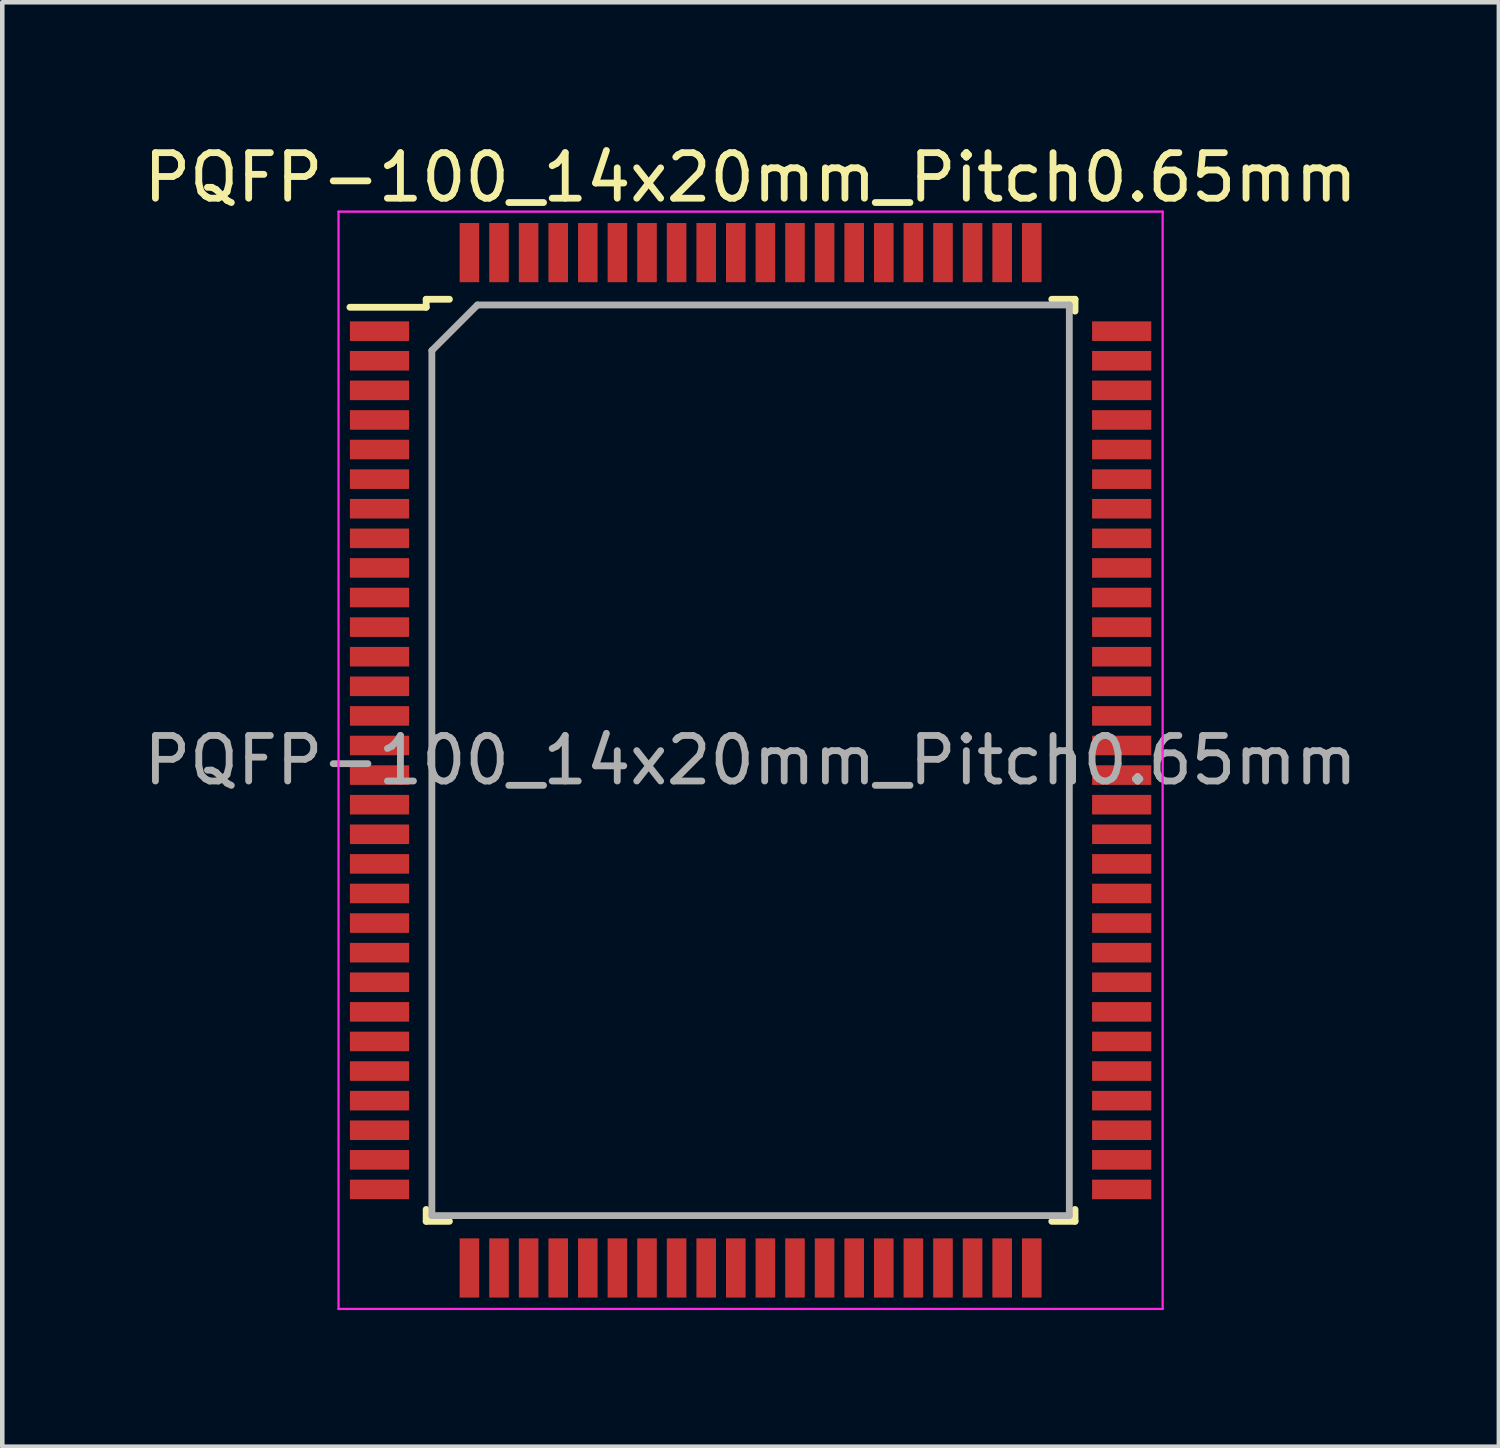
<source format=kicad_pcb>
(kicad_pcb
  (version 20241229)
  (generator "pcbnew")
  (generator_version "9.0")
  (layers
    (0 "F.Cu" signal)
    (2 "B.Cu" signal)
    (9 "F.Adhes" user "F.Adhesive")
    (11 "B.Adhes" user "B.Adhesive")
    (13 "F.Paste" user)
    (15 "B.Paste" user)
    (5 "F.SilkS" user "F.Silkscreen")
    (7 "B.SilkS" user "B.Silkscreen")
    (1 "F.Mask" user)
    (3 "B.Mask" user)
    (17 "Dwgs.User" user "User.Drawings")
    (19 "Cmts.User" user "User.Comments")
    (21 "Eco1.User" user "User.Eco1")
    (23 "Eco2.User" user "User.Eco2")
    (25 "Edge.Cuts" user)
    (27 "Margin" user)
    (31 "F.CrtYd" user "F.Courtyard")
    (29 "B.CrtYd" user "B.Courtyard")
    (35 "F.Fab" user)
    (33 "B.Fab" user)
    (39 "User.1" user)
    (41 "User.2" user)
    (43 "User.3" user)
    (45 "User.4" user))
  (footprint "PQFP-100_14x20mm_Pitch0.65mm"
    (layer "F.Cu")
    (at 13.435 13.648)
    (property "Reference" "PQFP-100_14x20mm_Pitch0.65mm" (at 0 -12.8 0) (layer "F.SilkS") (effects (font (size 1 1) (thickness 0.15))))
    (attr smd)
    (fp_line (start -7.125 -10.125) (end -7.125 -9.95) (stroke (width 0.15) (type solid)) (layer "F.SilkS"))
    (fp_line (start -7.125 -10.125) (end -6.615 -10.125) (stroke (width 0.15) (type solid)) (layer "F.SilkS"))
    (fp_line (start -7.125 -9.95) (end -8.8 -9.95) (stroke (width 0.15) (type solid)) (layer "F.SilkS"))
    (fp_line (start -7.125 10.125) (end -7.125 9.865) (stroke (width 0.15) (type solid)) (layer "F.SilkS"))
    (fp_line (start -7.125 10.125) (end -6.615 10.125) (stroke (width 0.15) (type solid)) (layer "F.SilkS"))
    (fp_line (start 7.125 -10.125) (end 6.615 -10.125) (stroke (width 0.15) (type solid)) (layer "F.SilkS"))
    (fp_line (start 7.125 -10.125) (end 7.125 -9.865) (stroke (width 0.15) (type solid)) (layer "F.SilkS"))
    (fp_line (start 7.125 10.125) (end 6.615 10.125) (stroke (width 0.15) (type solid)) (layer "F.SilkS"))
    (fp_line (start 7.125 10.125) (end 7.125 9.865) (stroke (width 0.15) (type solid)) (layer "F.SilkS"))
    (fp_line (start -9.05 -12.05) (end -9.05 12.05) (stroke (width 0.05) (type solid)) (layer "F.CrtYd"))
    (fp_line (start -9.05 -12.05) (end 9.05 -12.05) (stroke (width 0.05) (type solid)) (layer "F.CrtYd"))
    (fp_line (start -9.05 12.05) (end 9.05 12.05) (stroke (width 0.05) (type solid)) (layer "F.CrtYd"))
    (fp_line (start 9.05 -12.05) (end 9.05 12.05) (stroke (width 0.05) (type solid)) (layer "F.CrtYd"))
    (fp_line (start -7 -9) (end -6 -10) (stroke (width 0.15) (type solid)) (layer "F.Fab"))
    (fp_line (start -7 10) (end -7 -9) (stroke (width 0.15) (type solid)) (layer "F.Fab"))
    (fp_line (start -6 -10) (end 7 -10) (stroke (width 0.15) (type solid)) (layer "F.Fab"))
    (fp_line (start 7 -10) (end 7 10) (stroke (width 0.15) (type solid)) (layer "F.Fab"))
    (fp_line (start 7 10) (end -7 10) (stroke (width 0.15) (type solid)) (layer "F.Fab"))
    (fp_text user "${REFERENCE}" (at 0 0 0) (layer "F.Fab") (effects (font (size 1 1) (thickness 0.15))))
    (pad "1" smd rect (at -8.15 -9.425) (size 1.3 0.43) (layers "F.Cu" "F.Mask" "F.Paste"))
    (pad "2" smd rect (at -8.15 -8.775) (size 1.3 0.43) (layers "F.Cu" "F.Mask" "F.Paste"))
    (pad "3" smd rect (at -8.15 -8.125) (size 1.3 0.43) (layers "F.Cu" "F.Mask" "F.Paste"))
    (pad "4" smd rect (at -8.15 -7.475) (size 1.3 0.43) (layers "F.Cu" "F.Mask" "F.Paste"))
    (pad "5" smd rect (at -8.15 -6.825) (size 1.3 0.43) (layers "F.Cu" "F.Mask" "F.Paste"))
    (pad "6" smd rect (at -8.15 -6.175) (size 1.3 0.43) (layers "F.Cu" "F.Mask" "F.Paste"))
    (pad "7" smd rect (at -8.15 -5.525) (size 1.3 0.43) (layers "F.Cu" "F.Mask" "F.Paste"))
    (pad "8" smd rect (at -8.15 -4.875) (size 1.3 0.43) (layers "F.Cu" "F.Mask" "F.Paste"))
    (pad "9" smd rect (at -8.15 -4.225) (size 1.3 0.43) (layers "F.Cu" "F.Mask" "F.Paste"))
    (pad "10" smd rect (at -8.15 -3.575) (size 1.3 0.43) (layers "F.Cu" "F.Mask" "F.Paste"))
    (pad "11" smd rect (at -8.15 -2.925) (size 1.3 0.43) (layers "F.Cu" "F.Mask" "F.Paste"))
    (pad "12" smd rect (at -8.15 -2.275) (size 1.3 0.43) (layers "F.Cu" "F.Mask" "F.Paste"))
    (pad "13" smd rect (at -8.15 -1.625) (size 1.3 0.43) (layers "F.Cu" "F.Mask" "F.Paste"))
    (pad "14" smd rect (at -8.15 -0.975) (size 1.3 0.43) (layers "F.Cu" "F.Mask" "F.Paste"))
    (pad "15" smd rect (at -8.15 -0.325) (size 1.3 0.43) (layers "F.Cu" "F.Mask" "F.Paste"))
    (pad "16" smd rect (at -8.15 0.325) (size 1.3 0.43) (layers "F.Cu" "F.Mask" "F.Paste"))
    (pad "17" smd rect (at -8.15 0.975) (size 1.3 0.43) (layers "F.Cu" "F.Mask" "F.Paste"))
    (pad "18" smd rect (at -8.15 1.625) (size 1.3 0.43) (layers "F.Cu" "F.Mask" "F.Paste"))
    (pad "19" smd rect (at -8.15 2.275) (size 1.3 0.43) (layers "F.Cu" "F.Mask" "F.Paste"))
    (pad "20" smd rect (at -8.15 2.925) (size 1.3 0.43) (layers "F.Cu" "F.Mask" "F.Paste"))
    (pad "21" smd rect (at -8.15 3.575) (size 1.3 0.43) (layers "F.Cu" "F.Mask" "F.Paste"))
    (pad "22" smd rect (at -8.15 4.225) (size 1.3 0.43) (layers "F.Cu" "F.Mask" "F.Paste"))
    (pad "23" smd rect (at -8.15 4.875) (size 1.3 0.43) (layers "F.Cu" "F.Mask" "F.Paste"))
    (pad "24" smd rect (at -8.15 5.525) (size 1.3 0.43) (layers "F.Cu" "F.Mask" "F.Paste"))
    (pad "25" smd rect (at -8.15 6.175) (size 1.3 0.43) (layers "F.Cu" "F.Mask" "F.Paste"))
    (pad "26" smd rect (at -8.15 6.825) (size 1.3 0.43) (layers "F.Cu" "F.Mask" "F.Paste"))
    (pad "27" smd rect (at -8.15 7.475) (size 1.3 0.43) (layers "F.Cu" "F.Mask" "F.Paste"))
    (pad "28" smd rect (at -8.15 8.125) (size 1.3 0.43) (layers "F.Cu" "F.Mask" "F.Paste"))
    (pad "29" smd rect (at -8.15 8.775) (size 1.3 0.43) (layers "F.Cu" "F.Mask" "F.Paste"))
    (pad "30" smd rect (at -8.15 9.425) (size 1.3 0.43) (layers "F.Cu" "F.Mask" "F.Paste"))
    (pad "31" smd rect (at -6.175 11.15 90) (size 1.3 0.43) (layers "F.Cu" "F.Mask" "F.Paste"))
    (pad "32" smd rect (at -5.525 11.15 90) (size 1.3 0.43) (layers "F.Cu" "F.Mask" "F.Paste"))
    (pad "33" smd rect (at -4.875 11.15 90) (size 1.3 0.43) (layers "F.Cu" "F.Mask" "F.Paste"))
    (pad "34" smd rect (at -4.225 11.15 90) (size 1.3 0.43) (layers "F.Cu" "F.Mask" "F.Paste"))
    (pad "35" smd rect (at -3.575 11.15 90) (size 1.3 0.43) (layers "F.Cu" "F.Mask" "F.Paste"))
    (pad "36" smd rect (at -2.925 11.15 90) (size 1.3 0.43) (layers "F.Cu" "F.Mask" "F.Paste"))
    (pad "37" smd rect (at -2.275 11.15 90) (size 1.3 0.43) (layers "F.Cu" "F.Mask" "F.Paste"))
    (pad "38" smd rect (at -1.625 11.15 90) (size 1.3 0.43) (layers "F.Cu" "F.Mask" "F.Paste"))
    (pad "39" smd rect (at -0.975 11.15 90) (size 1.3 0.43) (layers "F.Cu" "F.Mask" "F.Paste"))
    (pad "40" smd rect (at -0.325 11.15 90) (size 1.3 0.43) (layers "F.Cu" "F.Mask" "F.Paste"))
    (pad "41" smd rect (at 0.325 11.15 90) (size 1.3 0.43) (layers "F.Cu" "F.Mask" "F.Paste"))
    (pad "42" smd rect (at 0.975 11.15 90) (size 1.3 0.43) (layers "F.Cu" "F.Mask" "F.Paste"))
    (pad "43" smd rect (at 1.625 11.15 90) (size 1.3 0.43) (layers "F.Cu" "F.Mask" "F.Paste"))
    (pad "44" smd rect (at 2.275 11.15 90) (size 1.3 0.43) (layers "F.Cu" "F.Mask" "F.Paste"))
    (pad "45" smd rect (at 2.925 11.15 90) (size 1.3 0.43) (layers "F.Cu" "F.Mask" "F.Paste"))
    (pad "46" smd rect (at 3.575 11.15 90) (size 1.3 0.43) (layers "F.Cu" "F.Mask" "F.Paste"))
    (pad "47" smd rect (at 4.225 11.15 90) (size 1.3 0.43) (layers "F.Cu" "F.Mask" "F.Paste"))
    (pad "48" smd rect (at 4.875 11.15 90) (size 1.3 0.43) (layers "F.Cu" "F.Mask" "F.Paste"))
    (pad "49" smd rect (at 5.525 11.15 90) (size 1.3 0.43) (layers "F.Cu" "F.Mask" "F.Paste"))
    (pad "50" smd rect (at 6.175 11.15 90) (size 1.3 0.43) (layers "F.Cu" "F.Mask" "F.Paste"))
    (pad "51" smd rect (at 8.15 9.425) (size 1.3 0.43) (layers "F.Cu" "F.Mask" "F.Paste"))
    (pad "52" smd rect (at 8.15 8.775) (size 1.3 0.43) (layers "F.Cu" "F.Mask" "F.Paste"))
    (pad "53" smd rect (at 8.15 8.125) (size 1.3 0.43) (layers "F.Cu" "F.Mask" "F.Paste"))
    (pad "54" smd rect (at 8.15 7.475) (size 1.3 0.43) (layers "F.Cu" "F.Mask" "F.Paste"))
    (pad "55" smd rect (at 8.15 6.825) (size 1.3 0.43) (layers "F.Cu" "F.Mask" "F.Paste"))
    (pad "56" smd rect (at 8.15 6.175) (size 1.3 0.43) (layers "F.Cu" "F.Mask" "F.Paste"))
    (pad "57" smd rect (at 8.15 5.525) (size 1.3 0.43) (layers "F.Cu" "F.Mask" "F.Paste"))
    (pad "58" smd rect (at 8.15 4.875) (size 1.3 0.43) (layers "F.Cu" "F.Mask" "F.Paste"))
    (pad "59" smd rect (at 8.15 4.225) (size 1.3 0.43) (layers "F.Cu" "F.Mask" "F.Paste"))
    (pad "60" smd rect (at 8.15 3.575) (size 1.3 0.43) (layers "F.Cu" "F.Mask" "F.Paste"))
    (pad "61" smd rect (at 8.15 2.925) (size 1.3 0.43) (layers "F.Cu" "F.Mask" "F.Paste"))
    (pad "62" smd rect (at 8.15 2.275) (size 1.3 0.43) (layers "F.Cu" "F.Mask" "F.Paste"))
    (pad "63" smd rect (at 8.15 1.625) (size 1.3 0.43) (layers "F.Cu" "F.Mask" "F.Paste"))
    (pad "64" smd rect (at 8.15 0.975) (size 1.3 0.43) (layers "F.Cu" "F.Mask" "F.Paste"))
    (pad "65" smd rect (at 8.15 0.325) (size 1.3 0.43) (layers "F.Cu" "F.Mask" "F.Paste"))
    (pad "66" smd rect (at 8.15 -0.325) (size 1.3 0.43) (layers "F.Cu" "F.Mask" "F.Paste"))
    (pad "67" smd rect (at 8.15 -0.975) (size 1.3 0.43) (layers "F.Cu" "F.Mask" "F.Paste"))
    (pad "68" smd rect (at 8.15 -1.625) (size 1.3 0.43) (layers "F.Cu" "F.Mask" "F.Paste"))
    (pad "69" smd rect (at 8.15 -2.275) (size 1.3 0.43) (layers "F.Cu" "F.Mask" "F.Paste"))
    (pad "70" smd rect (at 8.15 -2.925) (size 1.3 0.43) (layers "F.Cu" "F.Mask" "F.Paste"))
    (pad "71" smd rect (at 8.15 -3.575) (size 1.3 0.43) (layers "F.Cu" "F.Mask" "F.Paste"))
    (pad "72" smd rect (at 8.15 -4.225) (size 1.3 0.43) (layers "F.Cu" "F.Mask" "F.Paste"))
    (pad "73" smd rect (at 8.15 -4.875) (size 1.3 0.43) (layers "F.Cu" "F.Mask" "F.Paste"))
    (pad "74" smd rect (at 8.15 -5.525) (size 1.3 0.43) (layers "F.Cu" "F.Mask" "F.Paste"))
    (pad "75" smd rect (at 8.15 -6.175) (size 1.3 0.43) (layers "F.Cu" "F.Mask" "F.Paste"))
    (pad "76" smd rect (at 8.15 -6.825) (size 1.3 0.43) (layers "F.Cu" "F.Mask" "F.Paste"))
    (pad "77" smd rect (at 8.15 -7.475) (size 1.3 0.43) (layers "F.Cu" "F.Mask" "F.Paste"))
    (pad "78" smd rect (at 8.15 -8.125) (size 1.3 0.43) (layers "F.Cu" "F.Mask" "F.Paste"))
    (pad "79" smd rect (at 8.15 -8.775) (size 1.3 0.43) (layers "F.Cu" "F.Mask" "F.Paste"))
    (pad "80" smd rect (at 8.15 -9.425) (size 1.3 0.43) (layers "F.Cu" "F.Mask" "F.Paste"))
    (pad "81" smd rect (at 6.175 -11.15 90) (size 1.3 0.43) (layers "F.Cu" "F.Mask" "F.Paste"))
    (pad "82" smd rect (at 5.525 -11.15 90) (size 1.3 0.43) (layers "F.Cu" "F.Mask" "F.Paste"))
    (pad "83" smd rect (at 4.875 -11.15 90) (size 1.3 0.43) (layers "F.Cu" "F.Mask" "F.Paste"))
    (pad "84" smd rect (at 4.225 -11.15 90) (size 1.3 0.43) (layers "F.Cu" "F.Mask" "F.Paste"))
    (pad "85" smd rect (at 3.575 -11.15 90) (size 1.3 0.43) (layers "F.Cu" "F.Mask" "F.Paste"))
    (pad "86" smd rect (at 2.925 -11.15 90) (size 1.3 0.43) (layers "F.Cu" "F.Mask" "F.Paste"))
    (pad "87" smd rect (at 2.275 -11.15 90) (size 1.3 0.43) (layers "F.Cu" "F.Mask" "F.Paste"))
    (pad "88" smd rect (at 1.625 -11.15 90) (size 1.3 0.43) (layers "F.Cu" "F.Mask" "F.Paste"))
    (pad "89" smd rect (at 0.975 -11.15 90) (size 1.3 0.43) (layers "F.Cu" "F.Mask" "F.Paste"))
    (pad "90" smd rect (at 0.325 -11.15 90) (size 1.3 0.43) (layers "F.Cu" "F.Mask" "F.Paste"))
    (pad "91" smd rect (at -0.325 -11.15 90) (size 1.3 0.43) (layers "F.Cu" "F.Mask" "F.Paste"))
    (pad "92" smd rect (at -0.975 -11.15 90) (size 1.3 0.43) (layers "F.Cu" "F.Mask" "F.Paste"))
    (pad "93" smd rect (at -1.625 -11.15 90) (size 1.3 0.43) (layers "F.Cu" "F.Mask" "F.Paste"))
    (pad "94" smd rect (at -2.275 -11.15 90) (size 1.3 0.43) (layers "F.Cu" "F.Mask" "F.Paste"))
    (pad "95" smd rect (at -2.925 -11.15 90) (size 1.3 0.43) (layers "F.Cu" "F.Mask" "F.Paste"))
    (pad "96" smd rect (at -3.575 -11.15 90) (size 1.3 0.43) (layers "F.Cu" "F.Mask" "F.Paste"))
    (pad "97" smd rect (at -4.225 -11.15 90) (size 1.3 0.43) (layers "F.Cu" "F.Mask" "F.Paste"))
    (pad "98" smd rect (at -4.875 -11.15 90) (size 1.3 0.43) (layers "F.Cu" "F.Mask" "F.Paste"))
    (pad "99" smd rect (at -5.525 -11.15 90) (size 1.3 0.43) (layers "F.Cu" "F.Mask" "F.Paste"))
    (pad "100" smd rect (at -6.175 -11.15 90) (size 1.3 0.43) (layers "F.Cu" "F.Mask" "F.Paste")))
  (gr_rect
    (start -3 -3)
    (end 29.869 28.723)
    (stroke (width 0.1) (type default))
    (fill no)
    (layer "Edge.Cuts")))
</source>
